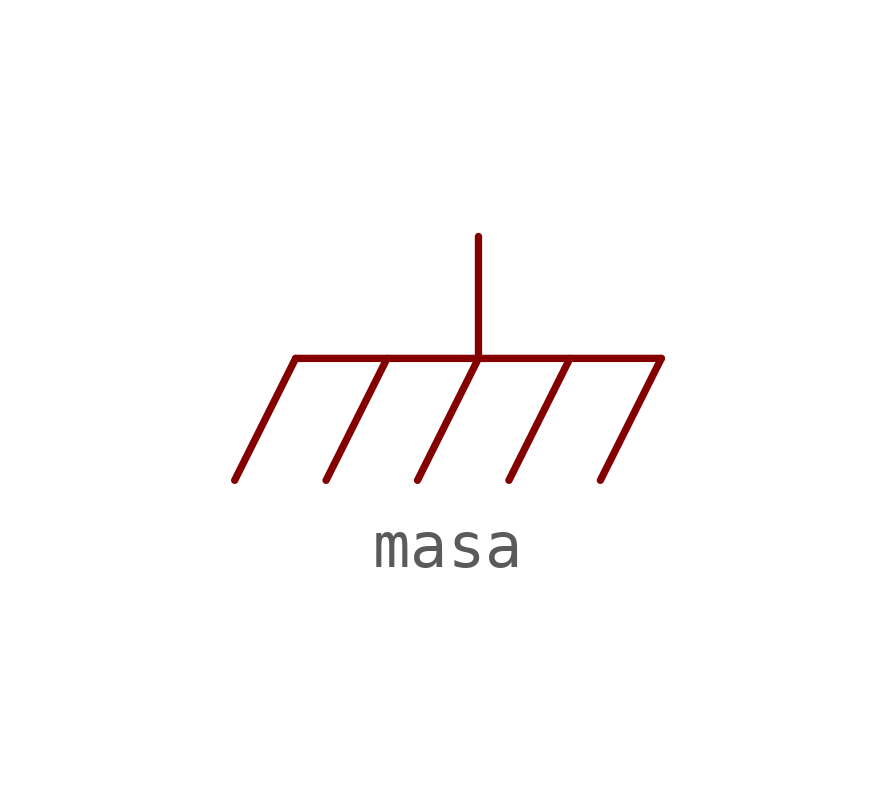
<source format=kicad_sym>
(kicad_symbol_lib
  (version 20231120)
  (generator "kicad_symbol_editor")
  (generator_version "8.0")
  (symbol "masa"
    (pin_names
      (offset 1.016))
    (property "Reference" "V"
      (at 0.635 -0.635 0)
      (effects (font (size 2.54 2.54)) (justify left) (hide yes)))
    (symbol "masa_0_0"
      (polyline (pts (xy -3.81 -2.54) (xy -5.08 -5.08)) (stroke (width 0) (type default)) (fill (type none)))
      (polyline (pts (xy -3.81 -2.54) (xy 3.81 -2.54)) (stroke (width 0) (type default)) (fill (type none)))
      (polyline (pts (xy -1.905 -2.54) (xy -3.175 -5.08)) (stroke (width 0) (type default)) (fill (type none)))
      (polyline (pts (xy 0 -2.54) (xy -1.27 -5.08)) (stroke (width 0) (type default)) (fill (type none)))
      (polyline (pts (xy 1.905 -2.54) (xy 0.635 -5.08)) (stroke (width 0) (type default)) (fill (type none)))
      (polyline (pts (xy 3.81 -2.54) (xy 2.54 -5.08)) (stroke (width 0) (type default)) (fill (type none))))
    (symbol "masa_1_1"
      (pin input line (at 0 0 270) (length 2.54) (name "" (effects (font (size 1.27 1.27)))) (number "" (effects (font (size 1.143 1.143))))))))
</source>
